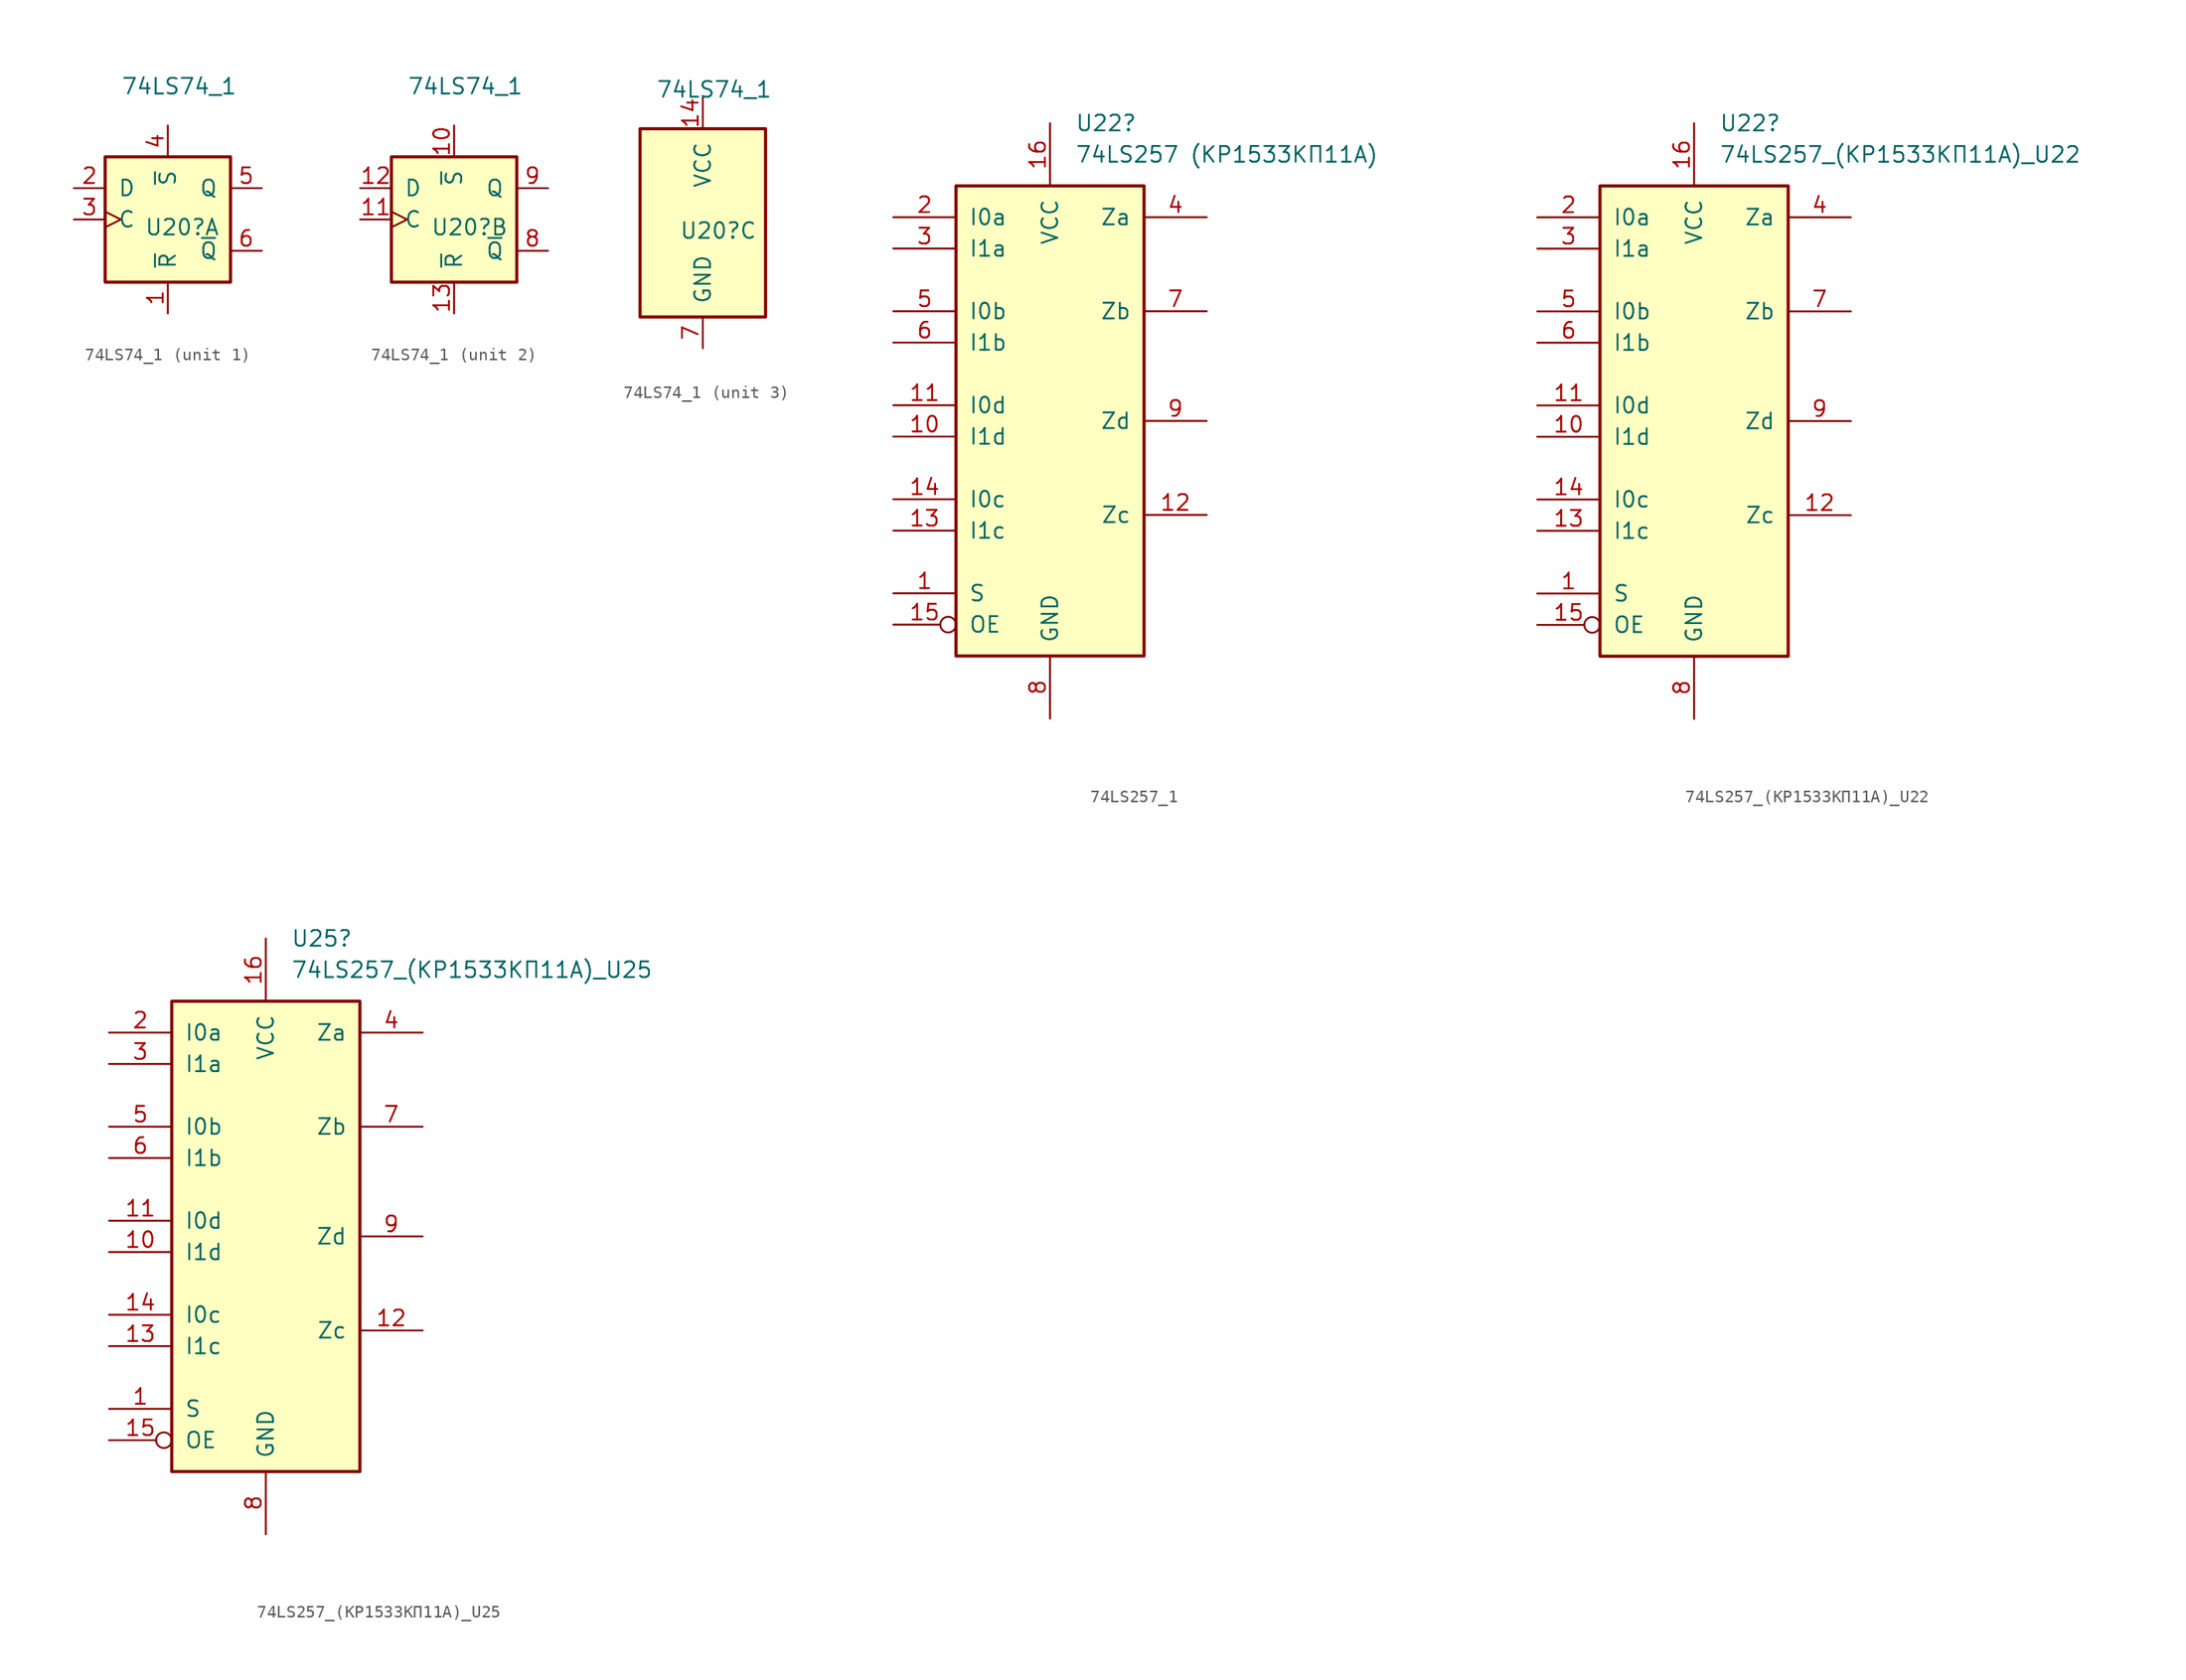
<source format=kicad_sym>
(kicad_symbol_lib
  (version 20220914)
  (generator kicad_symbol_editor)
  (symbol "74LS74_1"
    (pin_names
      (offset 1.016))
    (property "Reference" "U20"
      (at -1.905 -0.635 0)
      (effects (font (size 1.27 1.27)) (justify left)))
    (property "Value" "74LS74_1"
      (at -3.81 10.795 0)
      (effects (font (size 1.27 1.27)) (justify left)))
    (property "ki_locked" ""
      (at 0 0 0)
      (effects (font (size 1.27 1.27))))
    (symbol "74LS74_1_1_0"
      (pin input line (at 0 -7.62 90) (length 2.54) (name "~{R}" (effects (font (size 1.27 1.27)))) (number "1" (effects (font (size 1.27 1.27)))))
      (pin input line (at -7.62 2.54 0) (length 2.54) (name "D" (effects (font (size 1.27 1.27)))) (number "2" (effects (font (size 1.27 1.27)))))
      (pin input clock (at -7.62 0 0) (length 2.54) (name "C" (effects (font (size 1.27 1.27)))) (number "3" (effects (font (size 1.27 1.27)))))
      (pin input line (at 0 7.62 270) (length 2.54) (name "~{S}" (effects (font (size 1.27 1.27)))) (number "4" (effects (font (size 1.27 1.27)))))
      (pin output line (at 7.62 2.54 180) (length 2.54) (name "Q" (effects (font (size 1.27 1.27)))) (number "5" (effects (font (size 1.27 1.27)))))
      (pin output line (at 7.62 -2.54 180) (length 2.54) (name "~{Q}" (effects (font (size 1.27 1.27)))) (number "6" (effects (font (size 1.27 1.27))))))
    (symbol "74LS74_1_1_1"
      (rectangle (start -5.08 5.08) (end 5.08 -5.08) (stroke (width 0.254) (type default)) (fill (type background))))
    (symbol "74LS74_1_2_0"
      (pin output line (at 0 7.62 270) (length 2.54) (name "~{S}" (effects (font (size 1.27 1.27)))) (number "10" (effects (font (size 1.27 1.27)))))
      (pin input clock (at -7.62 0 0) (length 2.54) (name "C" (effects (font (size 1.27 1.27)))) (number "11" (effects (font (size 1.27 1.27)))))
      (pin input line (at -7.62 2.54 0) (length 2.54) (name "D" (effects (font (size 1.27 1.27)))) (number "12" (effects (font (size 1.27 1.27)))))
      (pin input line (at 0 -7.62 90) (length 2.54) (name "~{R}" (effects (font (size 1.27 1.27)))) (number "13" (effects (font (size 1.27 1.27)))))
      (pin output line (at 7.62 -2.54 180) (length 2.54) (name "~{Q}" (effects (font (size 1.27 1.27)))) (number "8" (effects (font (size 1.27 1.27)))))
      (pin output line (at 7.62 2.54 180) (length 2.54) (name "Q" (effects (font (size 1.27 1.27)))) (number "9" (effects (font (size 1.27 1.27))))))
    (symbol "74LS74_1_2_1"
      (rectangle (start -5.08 5.08) (end 5.08 -5.08) (stroke (width 0.254) (type default)) (fill (type background))))
    (symbol "74LS74_1_3_0"
      (pin power_in line (at 0 10.16 270) (length 2.54) (name "VCC" (effects (font (size 1.27 1.27)))) (number "14" (effects (font (size 1.27 1.27)))))
      (pin power_in line (at 0 -10.16 90) (length 2.54) (name "GND" (effects (font (size 1.27 1.27)))) (number "7" (effects (font (size 1.27 1.27))))))
    (symbol "74LS74_1_3_1"
      (rectangle (start -5.08 7.62) (end 5.08 -7.62) (stroke (width 0.254) (type default)) (fill (type background)))))
  (symbol "74LS257_1"
    (pin_names
      (offset 1.016))
    (property "Reference" "U22"
      (at 2.019 22.86 0)
      (effects (font (size 1.27 1.27)) (justify left)))
    (property "Value" "74LS257 (КР1533КП11А)"
      (at 2.019 20.32 0)
      (effects (font (size 1.27 1.27)) (justify left)))
    (property "ki_locked" ""
      (at 0 0 0)
      (effects (font (size 1.27 1.27))))
    (symbol "74LS257_1_1_0"
      (pin input line (at -12.7 -15.24 0) (length 5.08) (name "S" (effects (font (size 1.27 1.27)))) (number "1" (effects (font (size 1.27 1.27)))))
      (pin input line (at -12.7 -2.54 0) (length 5.08) (name "I1d" (effects (font (size 1.27 1.27)))) (number "10" (effects (font (size 1.27 1.27)))))
      (pin input line (at -12.7 0 0) (length 5.08) (name "I0d" (effects (font (size 1.27 1.27)))) (number "11" (effects (font (size 1.27 1.27)))))
      (pin tri_state line (at 12.7 -8.89 180) (length 5.08) (name "Zc" (effects (font (size 1.27 1.27)))) (number "12" (effects (font (size 1.27 1.27)))))
      (pin input line (at -12.7 -10.16 0) (length 5.08) (name "I1c" (effects (font (size 1.27 1.27)))) (number "13" (effects (font (size 1.27 1.27)))))
      (pin input line (at -12.7 -7.62 0) (length 5.08) (name "I0c" (effects (font (size 1.27 1.27)))) (number "14" (effects (font (size 1.27 1.27)))))
      (pin input inverted (at -12.7 -17.78 0) (length 5.08) (name "OE" (effects (font (size 1.27 1.27)))) (number "15" (effects (font (size 1.27 1.27)))))
      (pin power_in line (at 0 22.86 270) (length 5.08) (name "VCC" (effects (font (size 1.27 1.27)))) (number "16" (effects (font (size 1.27 1.27)))))
      (pin input line (at -12.7 15.24 0) (length 5.08) (name "I0a" (effects (font (size 1.27 1.27)))) (number "2" (effects (font (size 1.27 1.27)))))
      (pin input line (at -12.7 12.7 0) (length 5.08) (name "I1a" (effects (font (size 1.27 1.27)))) (number "3" (effects (font (size 1.27 1.27)))))
      (pin tri_state line (at 12.7 15.24 180) (length 5.08) (name "Za" (effects (font (size 1.27 1.27)))) (number "4" (effects (font (size 1.27 1.27)))))
      (pin input line (at -12.7 7.62 0) (length 5.08) (name "I0b" (effects (font (size 1.27 1.27)))) (number "5" (effects (font (size 1.27 1.27)))))
      (pin input line (at -12.7 5.08 0) (length 5.08) (name "I1b" (effects (font (size 1.27 1.27)))) (number "6" (effects (font (size 1.27 1.27)))))
      (pin tri_state line (at 12.7 7.62 180) (length 5.08) (name "Zb" (effects (font (size 1.27 1.27)))) (number "7" (effects (font (size 1.27 1.27)))))
      (pin power_in line (at 0 -25.4 90) (length 5.08) (name "GND" (effects (font (size 1.27 1.27)))) (number "8" (effects (font (size 1.27 1.27)))))
      (pin tri_state line (at 12.7 -1.27 180) (length 5.08) (name "Zd" (effects (font (size 1.27 1.27)))) (number "9" (effects (font (size 1.27 1.27))))))
    (symbol "74LS257_1_1_1"
      (rectangle (start -7.62 17.78) (end 7.62 -20.32) (stroke (width 0.254) (type default)) (fill (type background)))))
  (symbol "74LS257_(КР1533КП11А)_U22"
    (pin_names
      (offset 1.016))
    (property "Reference" "U22"
      (at 2.019 22.86 0)
      (effects (font (size 1.27 1.27)) (justify left)))
    (property "Value" "74LS257_(КР1533КП11А)_U22"
      (at 2.019 20.32 0)
      (effects (font (size 1.27 1.27)) (justify left)))
    (property "ki_locked" ""
      (at 0 0 0)
      (effects (font (size 1.27 1.27))))
    (symbol "74LS257_(КР1533КП11А)_U22_1_0"
      (pin input line (at -12.7 -15.24 0) (length 5.08) (name "S" (effects (font (size 1.27 1.27)))) (number "1" (effects (font (size 1.27 1.27)))))
      (pin input line (at -12.7 -2.54 0) (length 5.08) (name "I1d" (effects (font (size 1.27 1.27)))) (number "10" (effects (font (size 1.27 1.27)))))
      (pin input line (at -12.7 0 0) (length 5.08) (name "I0d" (effects (font (size 1.27 1.27)))) (number "11" (effects (font (size 1.27 1.27)))))
      (pin tri_state line (at 12.7 -8.89 180) (length 5.08) (name "Zc" (effects (font (size 1.27 1.27)))) (number "12" (effects (font (size 1.27 1.27)))))
      (pin input line (at -12.7 -10.16 0) (length 5.08) (name "I1c" (effects (font (size 1.27 1.27)))) (number "13" (effects (font (size 1.27 1.27)))))
      (pin input line (at -12.7 -7.62 0) (length 5.08) (name "I0c" (effects (font (size 1.27 1.27)))) (number "14" (effects (font (size 1.27 1.27)))))
      (pin input inverted (at -12.7 -17.78 0) (length 5.08) (name "OE" (effects (font (size 1.27 1.27)))) (number "15" (effects (font (size 1.27 1.27)))))
      (pin power_in line (at 0 22.86 270) (length 5.08) (name "VCC" (effects (font (size 1.27 1.27)))) (number "16" (effects (font (size 1.27 1.27)))))
      (pin input line (at -12.7 15.24 0) (length 5.08) (name "I0a" (effects (font (size 1.27 1.27)))) (number "2" (effects (font (size 1.27 1.27)))))
      (pin input line (at -12.7 12.7 0) (length 5.08) (name "I1a" (effects (font (size 1.27 1.27)))) (number "3" (effects (font (size 1.27 1.27)))))
      (pin tri_state line (at 12.7 15.24 180) (length 5.08) (name "Za" (effects (font (size 1.27 1.27)))) (number "4" (effects (font (size 1.27 1.27)))))
      (pin input line (at -12.7 7.62 0) (length 5.08) (name "I0b" (effects (font (size 1.27 1.27)))) (number "5" (effects (font (size 1.27 1.27)))))
      (pin input line (at -12.7 5.08 0) (length 5.08) (name "I1b" (effects (font (size 1.27 1.27)))) (number "6" (effects (font (size 1.27 1.27)))))
      (pin tri_state line (at 12.7 7.62 180) (length 5.08) (name "Zb" (effects (font (size 1.27 1.27)))) (number "7" (effects (font (size 1.27 1.27)))))
      (pin power_in line (at 0 -25.4 90) (length 5.08) (name "GND" (effects (font (size 1.27 1.27)))) (number "8" (effects (font (size 1.27 1.27)))))
      (pin tri_state line (at 12.7 -1.27 180) (length 5.08) (name "Zd" (effects (font (size 1.27 1.27)))) (number "9" (effects (font (size 1.27 1.27))))))
    (symbol "74LS257_(КР1533КП11А)_U22_1_1"
      (rectangle (start -7.62 17.78) (end 7.62 -20.32) (stroke (width 0.254) (type default)) (fill (type background)))))
  (symbol "74LS257_(КР1533КП11А)_U25"
    (pin_names
      (offset 1.016))
    (property "Reference" "U25"
      (at 2.019 22.86 0)
      (effects (font (size 1.27 1.27)) (justify left)))
    (property "Value" "74LS257_(КР1533КП11А)_U25"
      (at 2.019 20.32 0)
      (effects (font (size 1.27 1.27)) (justify left)))
    (property "ki_locked" ""
      (at 0 0 0)
      (effects (font (size 1.27 1.27))))
    (symbol "74LS257_(КР1533КП11А)_U25_1_0"
      (pin input line (at -12.7 -15.24 0) (length 5.08) (name "S" (effects (font (size 1.27 1.27)))) (number "1" (effects (font (size 1.27 1.27)))))
      (pin input line (at -12.7 -2.54 0) (length 5.08) (name "I1d" (effects (font (size 1.27 1.27)))) (number "10" (effects (font (size 1.27 1.27)))))
      (pin input line (at -12.7 0 0) (length 5.08) (name "I0d" (effects (font (size 1.27 1.27)))) (number "11" (effects (font (size 1.27 1.27)))))
      (pin tri_state line (at 12.7 -8.89 180) (length 5.08) (name "Zc" (effects (font (size 1.27 1.27)))) (number "12" (effects (font (size 1.27 1.27)))))
      (pin input line (at -12.7 -10.16 0) (length 5.08) (name "I1c" (effects (font (size 1.27 1.27)))) (number "13" (effects (font (size 1.27 1.27)))))
      (pin input line (at -12.7 -7.62 0) (length 5.08) (name "I0c" (effects (font (size 1.27 1.27)))) (number "14" (effects (font (size 1.27 1.27)))))
      (pin input inverted (at -12.7 -17.78 0) (length 5.08) (name "OE" (effects (font (size 1.27 1.27)))) (number "15" (effects (font (size 1.27 1.27)))))
      (pin power_in line (at 0 22.86 270) (length 5.08) (name "VCC" (effects (font (size 1.27 1.27)))) (number "16" (effects (font (size 1.27 1.27)))))
      (pin input line (at -12.7 15.24 0) (length 5.08) (name "I0a" (effects (font (size 1.27 1.27)))) (number "2" (effects (font (size 1.27 1.27)))))
      (pin input line (at -12.7 12.7 0) (length 5.08) (name "I1a" (effects (font (size 1.27 1.27)))) (number "3" (effects (font (size 1.27 1.27)))))
      (pin tri_state line (at 12.7 15.24 180) (length 5.08) (name "Za" (effects (font (size 1.27 1.27)))) (number "4" (effects (font (size 1.27 1.27)))))
      (pin input line (at -12.7 7.62 0) (length 5.08) (name "I0b" (effects (font (size 1.27 1.27)))) (number "5" (effects (font (size 1.27 1.27)))))
      (pin input line (at -12.7 5.08 0) (length 5.08) (name "I1b" (effects (font (size 1.27 1.27)))) (number "6" (effects (font (size 1.27 1.27)))))
      (pin tri_state line (at 12.7 7.62 180) (length 5.08) (name "Zb" (effects (font (size 1.27 1.27)))) (number "7" (effects (font (size 1.27 1.27)))))
      (pin power_in line (at 0 -25.4 90) (length 5.08) (name "GND" (effects (font (size 1.27 1.27)))) (number "8" (effects (font (size 1.27 1.27)))))
      (pin tri_state line (at 12.7 -1.27 180) (length 5.08) (name "Zd" (effects (font (size 1.27 1.27)))) (number "9" (effects (font (size 1.27 1.27))))))
    (symbol "74LS257_(КР1533КП11А)_U25_1_1"
      (rectangle (start -7.62 17.78) (end 7.62 -20.32) (stroke (width 0.254) (type default)) (fill (type background))))))
</source>
